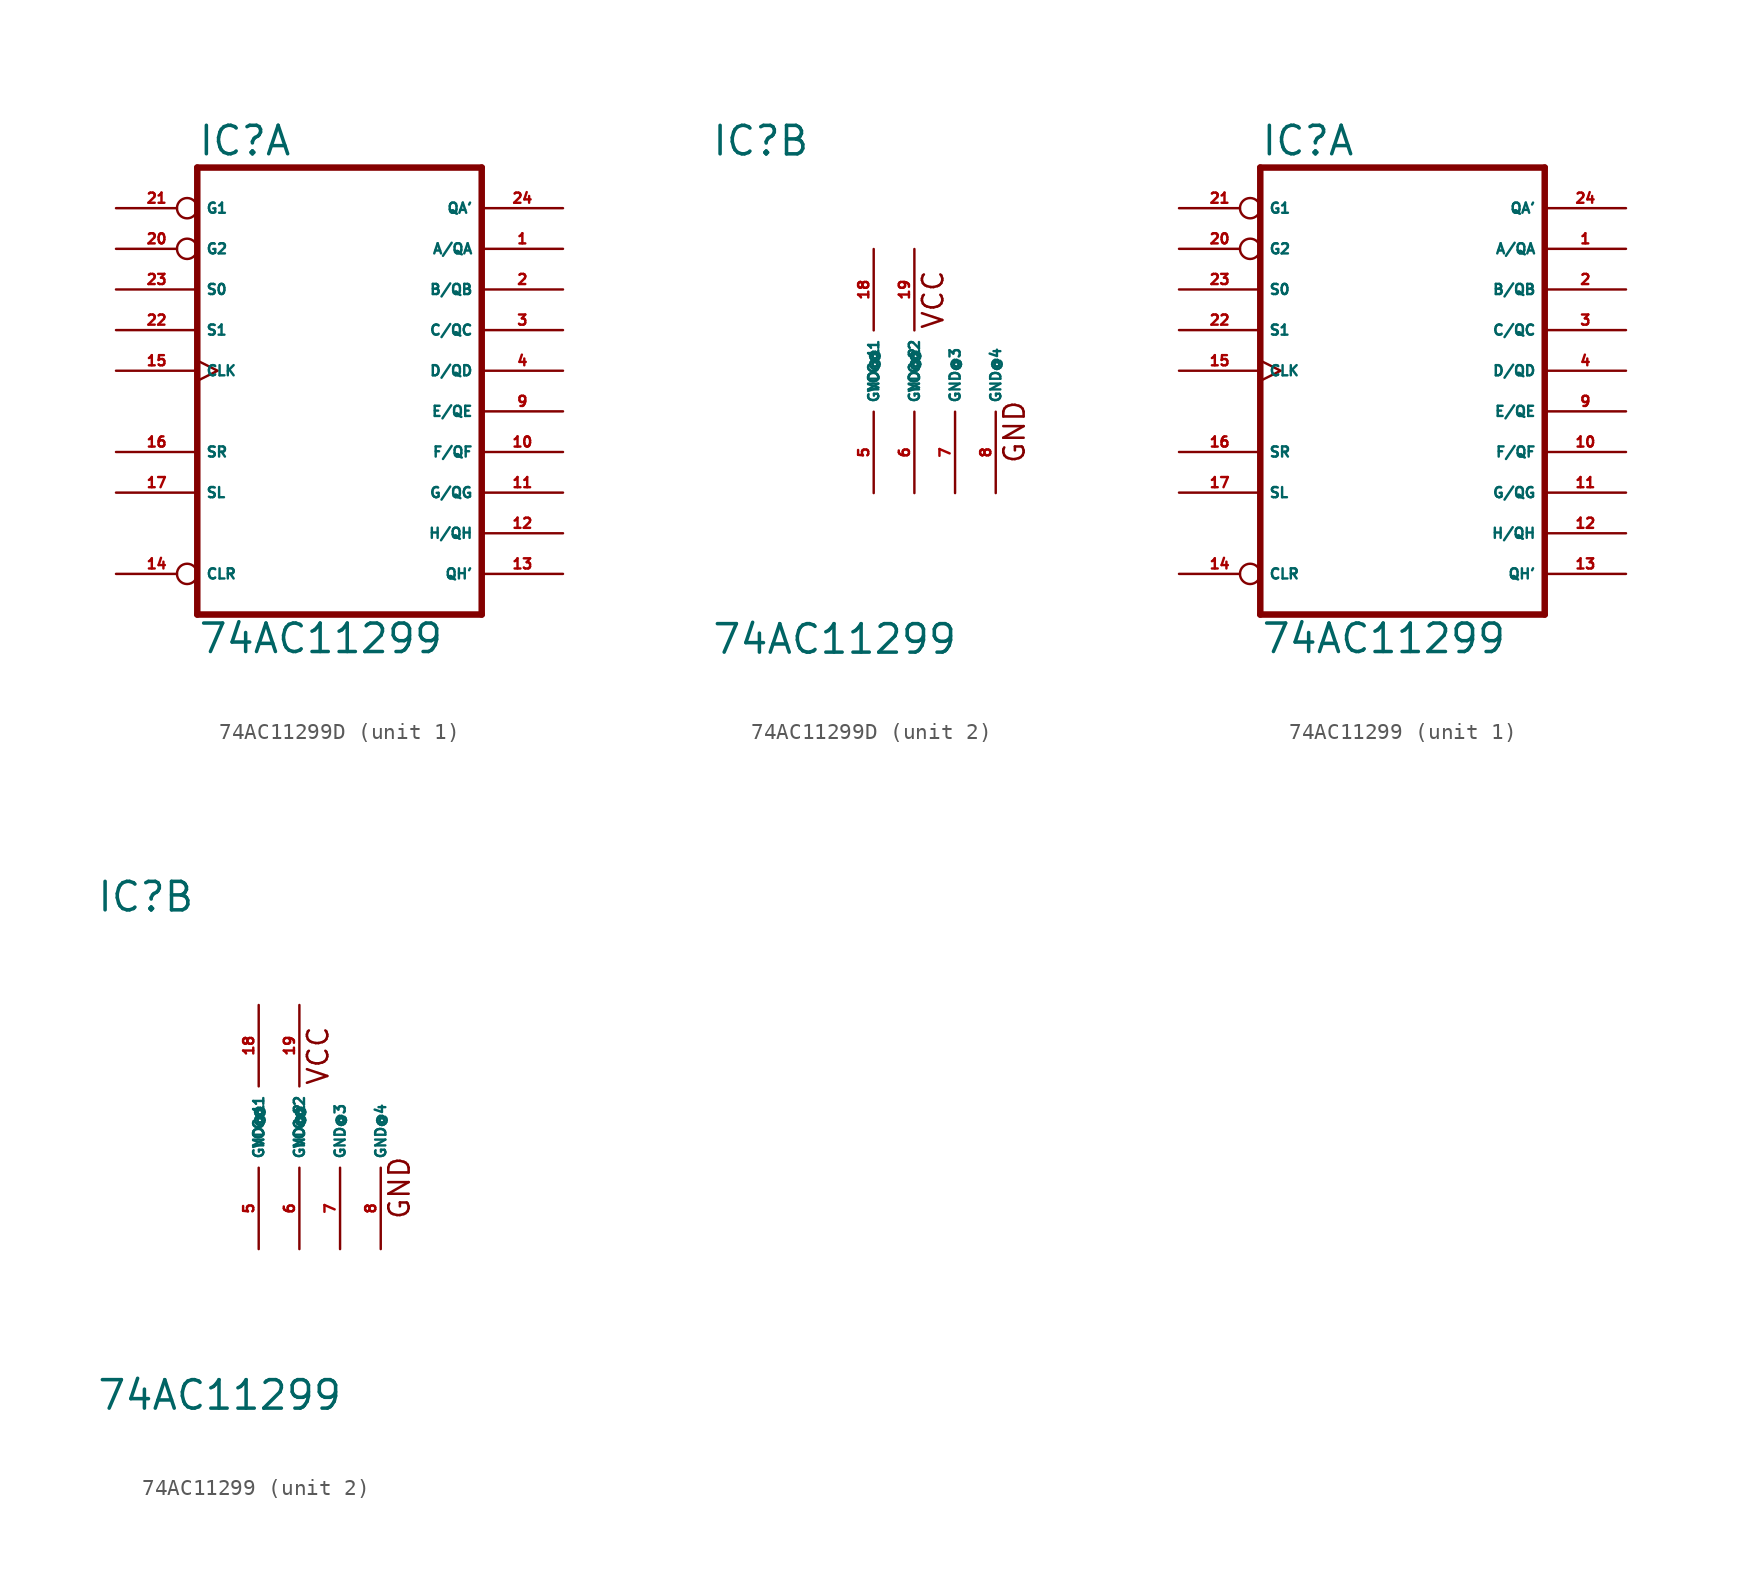
<source format=kicad_sym>
(kicad_symbol_lib
  (version 20220914)
  (generator Eagle2Kicad)
  (symbol "74AC11299D"
    (property "Reference" "IC"
      (at -10.16 13.335 0)
      (effects (font (size 1.778 1.778) (thickness 0.22)) (justify left bottom)))
    (property "Value" "74AC11299"
      (at -10.16 -17.78 0)
      (effects (font (size 1.778 1.778) (thickness 0.22)) (justify left bottom)))
    (symbol "74AC11299D_1_0"
      (polyline (pts (xy -10.16 -15.24) (xy 7.62 -15.24)) (stroke (width 0.406) (type default)) (fill (type none)))
      (polyline (pts (xy 7.62 -15.24) (xy 7.62 12.7)) (stroke (width 0.406) (type default)) (fill (type none)))
      (polyline (pts (xy 7.62 12.7) (xy -10.16 12.7)) (stroke (width 0.406) (type default)) (fill (type none)))
      (polyline (pts (xy -10.16 12.7) (xy -10.16 -15.24)) (stroke (width 0.406) (type default)) (fill (type none)))
      (pin bidirectional line (at 12.7 7.62 180) (length 5.08) (name "A/QA" (effects (font (size 0.635 0.635) (thickness 0.08)) (justify left bottom))) (number "1" (effects (font (size 0.635 0.635) (thickness 0.08)) (justify left bottom))))
      (pin bidirectional line (at 12.7 5.08 180) (length 5.08) (name "B/QB" (effects (font (size 0.635 0.635) (thickness 0.08)) (justify left bottom))) (number "2" (effects (font (size 0.635 0.635) (thickness 0.08)) (justify left bottom))))
      (pin bidirectional line (at 12.7 2.54 180) (length 5.08) (name "C/QC" (effects (font (size 0.635 0.635) (thickness 0.08)) (justify left bottom))) (number "3" (effects (font (size 0.635 0.635) (thickness 0.08)) (justify left bottom))))
      (pin bidirectional line (at 12.7 0 180) (length 5.08) (name "D/QD" (effects (font (size 0.635 0.635) (thickness 0.08)) (justify left bottom))) (number "4" (effects (font (size 0.635 0.635) (thickness 0.08)) (justify left bottom))))
      (pin bidirectional line (at 12.7 -2.54 180) (length 5.08) (name "E/QE" (effects (font (size 0.635 0.635) (thickness 0.08)) (justify left bottom))) (number "9" (effects (font (size 0.635 0.635) (thickness 0.08)) (justify left bottom))))
      (pin bidirectional line (at 12.7 -5.08 180) (length 5.08) (name "F/QF" (effects (font (size 0.635 0.635) (thickness 0.08)) (justify left bottom))) (number "10" (effects (font (size 0.635 0.635) (thickness 0.08)) (justify left bottom))))
      (pin bidirectional line (at 12.7 -7.62 180) (length 5.08) (name "G/QG" (effects (font (size 0.635 0.635) (thickness 0.08)) (justify left bottom))) (number "11" (effects (font (size 0.635 0.635) (thickness 0.08)) (justify left bottom))))
      (pin bidirectional line (at 12.7 -10.16 180) (length 5.08) (name "H/QH" (effects (font (size 0.635 0.635) (thickness 0.08)) (justify left bottom))) (number "12" (effects (font (size 0.635 0.635) (thickness 0.08)) (justify left bottom))))
      (pin output line (at 12.7 -12.7 180) (length 5.08) (name "QH'" (effects (font (size 0.635 0.635) (thickness 0.08)) (justify left bottom))) (number "13" (effects (font (size 0.635 0.635) (thickness 0.08)) (justify left bottom))))
      (pin input inverted (at -15.24 -12.7 0) (length 5.08) (name "CLR" (effects (font (size 0.635 0.635) (thickness 0.08)) (justify left bottom))) (number "14" (effects (font (size 0.635 0.635) (thickness 0.08)) (justify left bottom))))
      (pin input clock (at -15.24 0 0) (length 5.08) (name "CLK" (effects (font (size 0.635 0.635) (thickness 0.08)) (justify left bottom))) (number "15" (effects (font (size 0.635 0.635) (thickness 0.08)) (justify left bottom))))
      (pin input line (at -15.24 -5.08 0) (length 5.08) (name "SR" (effects (font (size 0.635 0.635) (thickness 0.08)) (justify left bottom))) (number "16" (effects (font (size 0.635 0.635) (thickness 0.08)) (justify left bottom))))
      (pin input line (at -15.24 -7.62 0) (length 5.08) (name "SL" (effects (font (size 0.635 0.635) (thickness 0.08)) (justify left bottom))) (number "17" (effects (font (size 0.635 0.635) (thickness 0.08)) (justify left bottom))))
      (pin input inverted (at -15.24 7.62 0) (length 5.08) (name "G2" (effects (font (size 0.635 0.635) (thickness 0.08)) (justify left bottom))) (number "20" (effects (font (size 0.635 0.635) (thickness 0.08)) (justify left bottom))))
      (pin input inverted (at -15.24 10.16 0) (length 5.08) (name "G1" (effects (font (size 0.635 0.635) (thickness 0.08)) (justify left bottom))) (number "21" (effects (font (size 0.635 0.635) (thickness 0.08)) (justify left bottom))))
      (pin input line (at -15.24 2.54 0) (length 5.08) (name "S1" (effects (font (size 0.635 0.635) (thickness 0.08)) (justify left bottom))) (number "22" (effects (font (size 0.635 0.635) (thickness 0.08)) (justify left bottom))))
      (pin input line (at -15.24 5.08 0) (length 5.08) (name "S0" (effects (font (size 0.635 0.635) (thickness 0.08)) (justify left bottom))) (number "23" (effects (font (size 0.635 0.635) (thickness 0.08)) (justify left bottom))))
      (pin output line (at 12.7 10.16 180) (length 5.08) (name "QA'" (effects (font (size 0.635 0.635) (thickness 0.08)) (justify left bottom))) (number "24" (effects (font (size 0.635 0.635) (thickness 0.08)) (justify left bottom)))))
    (symbol "74AC11299D_2_0"
      (text "VCC" (at 4.445 2.54 900) (effects (font (size 1.27 1.27) (thickness 0.16)) (justify left bottom)))
      (text "GND" (at 9.525 -5.842 900) (effects (font (size 1.27 1.27) (thickness 0.16)) (justify left bottom)))
      (pin unspecified line (at 0 -7.62 90) (length 5.08) (name "GND@1" (effects (font (size 0.635 0.635) (thickness 0.08)) (justify left bottom))) (number "5" (effects (font (size 0.635 0.635) (thickness 0.08)) (justify left bottom))))
      (pin unspecified line (at 2.54 -7.62 90) (length 5.08) (name "GND@2" (effects (font (size 0.635 0.635) (thickness 0.08)) (justify left bottom))) (number "6" (effects (font (size 0.635 0.635) (thickness 0.08)) (justify left bottom))))
      (pin unspecified line (at 5.08 -7.62 90) (length 5.08) (name "GND@3" (effects (font (size 0.635 0.635) (thickness 0.08)) (justify left bottom))) (number "7" (effects (font (size 0.635 0.635) (thickness 0.08)) (justify left bottom))))
      (pin unspecified line (at 7.62 -7.62 90) (length 5.08) (name "GND@4" (effects (font (size 0.635 0.635) (thickness 0.08)) (justify left bottom))) (number "8" (effects (font (size 0.635 0.635) (thickness 0.08)) (justify left bottom))))
      (pin unspecified line (at 0 7.62 270) (length 5.08) (name "VCC@1" (effects (font (size 0.635 0.635) (thickness 0.08)) (justify left bottom))) (number "18" (effects (font (size 0.635 0.635) (thickness 0.08)) (justify left bottom))))
      (pin unspecified line (at 2.54 7.62 270) (length 5.08) (name "VCC@2" (effects (font (size 0.635 0.635) (thickness 0.08)) (justify left bottom))) (number "19" (effects (font (size 0.635 0.635) (thickness 0.08)) (justify left bottom))))))
  (symbol "74AC11299"
    (property "Reference" "IC"
      (at -10.16 13.335 0)
      (effects (font (size 1.778 1.778) (thickness 0.22)) (justify left bottom)))
    (property "Value" "74AC11299"
      (at -10.16 -17.78 0)
      (effects (font (size 1.778 1.778) (thickness 0.22)) (justify left bottom)))
    (symbol "74AC11299_1_0"
      (polyline (pts (xy -10.16 -15.24) (xy 7.62 -15.24)) (stroke (width 0.406) (type default)) (fill (type none)))
      (polyline (pts (xy 7.62 -15.24) (xy 7.62 12.7)) (stroke (width 0.406) (type default)) (fill (type none)))
      (polyline (pts (xy 7.62 12.7) (xy -10.16 12.7)) (stroke (width 0.406) (type default)) (fill (type none)))
      (polyline (pts (xy -10.16 12.7) (xy -10.16 -15.24)) (stroke (width 0.406) (type default)) (fill (type none)))
      (pin bidirectional line (at 12.7 7.62 180) (length 5.08) (name "A/QA" (effects (font (size 0.635 0.635) (thickness 0.08)) (justify left bottom))) (number "1" (effects (font (size 0.635 0.635) (thickness 0.08)) (justify left bottom))))
      (pin bidirectional line (at 12.7 5.08 180) (length 5.08) (name "B/QB" (effects (font (size 0.635 0.635) (thickness 0.08)) (justify left bottom))) (number "2" (effects (font (size 0.635 0.635) (thickness 0.08)) (justify left bottom))))
      (pin bidirectional line (at 12.7 2.54 180) (length 5.08) (name "C/QC" (effects (font (size 0.635 0.635) (thickness 0.08)) (justify left bottom))) (number "3" (effects (font (size 0.635 0.635) (thickness 0.08)) (justify left bottom))))
      (pin bidirectional line (at 12.7 0 180) (length 5.08) (name "D/QD" (effects (font (size 0.635 0.635) (thickness 0.08)) (justify left bottom))) (number "4" (effects (font (size 0.635 0.635) (thickness 0.08)) (justify left bottom))))
      (pin bidirectional line (at 12.7 -2.54 180) (length 5.08) (name "E/QE" (effects (font (size 0.635 0.635) (thickness 0.08)) (justify left bottom))) (number "9" (effects (font (size 0.635 0.635) (thickness 0.08)) (justify left bottom))))
      (pin bidirectional line (at 12.7 -5.08 180) (length 5.08) (name "F/QF" (effects (font (size 0.635 0.635) (thickness 0.08)) (justify left bottom))) (number "10" (effects (font (size 0.635 0.635) (thickness 0.08)) (justify left bottom))))
      (pin bidirectional line (at 12.7 -7.62 180) (length 5.08) (name "G/QG" (effects (font (size 0.635 0.635) (thickness 0.08)) (justify left bottom))) (number "11" (effects (font (size 0.635 0.635) (thickness 0.08)) (justify left bottom))))
      (pin bidirectional line (at 12.7 -10.16 180) (length 5.08) (name "H/QH" (effects (font (size 0.635 0.635) (thickness 0.08)) (justify left bottom))) (number "12" (effects (font (size 0.635 0.635) (thickness 0.08)) (justify left bottom))))
      (pin output line (at 12.7 -12.7 180) (length 5.08) (name "QH'" (effects (font (size 0.635 0.635) (thickness 0.08)) (justify left bottom))) (number "13" (effects (font (size 0.635 0.635) (thickness 0.08)) (justify left bottom))))
      (pin input inverted (at -15.24 -12.7 0) (length 5.08) (name "CLR" (effects (font (size 0.635 0.635) (thickness 0.08)) (justify left bottom))) (number "14" (effects (font (size 0.635 0.635) (thickness 0.08)) (justify left bottom))))
      (pin input clock (at -15.24 0 0) (length 5.08) (name "CLK" (effects (font (size 0.635 0.635) (thickness 0.08)) (justify left bottom))) (number "15" (effects (font (size 0.635 0.635) (thickness 0.08)) (justify left bottom))))
      (pin input line (at -15.24 -5.08 0) (length 5.08) (name "SR" (effects (font (size 0.635 0.635) (thickness 0.08)) (justify left bottom))) (number "16" (effects (font (size 0.635 0.635) (thickness 0.08)) (justify left bottom))))
      (pin input line (at -15.24 -7.62 0) (length 5.08) (name "SL" (effects (font (size 0.635 0.635) (thickness 0.08)) (justify left bottom))) (number "17" (effects (font (size 0.635 0.635) (thickness 0.08)) (justify left bottom))))
      (pin input inverted (at -15.24 7.62 0) (length 5.08) (name "G2" (effects (font (size 0.635 0.635) (thickness 0.08)) (justify left bottom))) (number "20" (effects (font (size 0.635 0.635) (thickness 0.08)) (justify left bottom))))
      (pin input inverted (at -15.24 10.16 0) (length 5.08) (name "G1" (effects (font (size 0.635 0.635) (thickness 0.08)) (justify left bottom))) (number "21" (effects (font (size 0.635 0.635) (thickness 0.08)) (justify left bottom))))
      (pin input line (at -15.24 2.54 0) (length 5.08) (name "S1" (effects (font (size 0.635 0.635) (thickness 0.08)) (justify left bottom))) (number "22" (effects (font (size 0.635 0.635) (thickness 0.08)) (justify left bottom))))
      (pin input line (at -15.24 5.08 0) (length 5.08) (name "S0" (effects (font (size 0.635 0.635) (thickness 0.08)) (justify left bottom))) (number "23" (effects (font (size 0.635 0.635) (thickness 0.08)) (justify left bottom))))
      (pin output line (at 12.7 10.16 180) (length 5.08) (name "QA'" (effects (font (size 0.635 0.635) (thickness 0.08)) (justify left bottom))) (number "24" (effects (font (size 0.635 0.635) (thickness 0.08)) (justify left bottom)))))
    (symbol "74AC11299_2_0"
      (text "VCC" (at 4.445 2.54 900) (effects (font (size 1.27 1.27) (thickness 0.16)) (justify left bottom)))
      (text "GND" (at 9.525 -5.842 900) (effects (font (size 1.27 1.27) (thickness 0.16)) (justify left bottom)))
      (pin unspecified line (at 0 -7.62 90) (length 5.08) (name "GND@1" (effects (font (size 0.635 0.635) (thickness 0.08)) (justify left bottom))) (number "5" (effects (font (size 0.635 0.635) (thickness 0.08)) (justify left bottom))))
      (pin unspecified line (at 2.54 -7.62 90) (length 5.08) (name "GND@2" (effects (font (size 0.635 0.635) (thickness 0.08)) (justify left bottom))) (number "6" (effects (font (size 0.635 0.635) (thickness 0.08)) (justify left bottom))))
      (pin unspecified line (at 5.08 -7.62 90) (length 5.08) (name "GND@3" (effects (font (size 0.635 0.635) (thickness 0.08)) (justify left bottom))) (number "7" (effects (font (size 0.635 0.635) (thickness 0.08)) (justify left bottom))))
      (pin unspecified line (at 7.62 -7.62 90) (length 5.08) (name "GND@4" (effects (font (size 0.635 0.635) (thickness 0.08)) (justify left bottom))) (number "8" (effects (font (size 0.635 0.635) (thickness 0.08)) (justify left bottom))))
      (pin unspecified line (at 0 7.62 270) (length 5.08) (name "VCC@1" (effects (font (size 0.635 0.635) (thickness 0.08)) (justify left bottom))) (number "18" (effects (font (size 0.635 0.635) (thickness 0.08)) (justify left bottom))))
      (pin unspecified line (at 2.54 7.62 270) (length 5.08) (name "VCC@2" (effects (font (size 0.635 0.635) (thickness 0.08)) (justify left bottom))) (number "19" (effects (font (size 0.635 0.635) (thickness 0.08)) (justify left bottom)))))))
</source>
